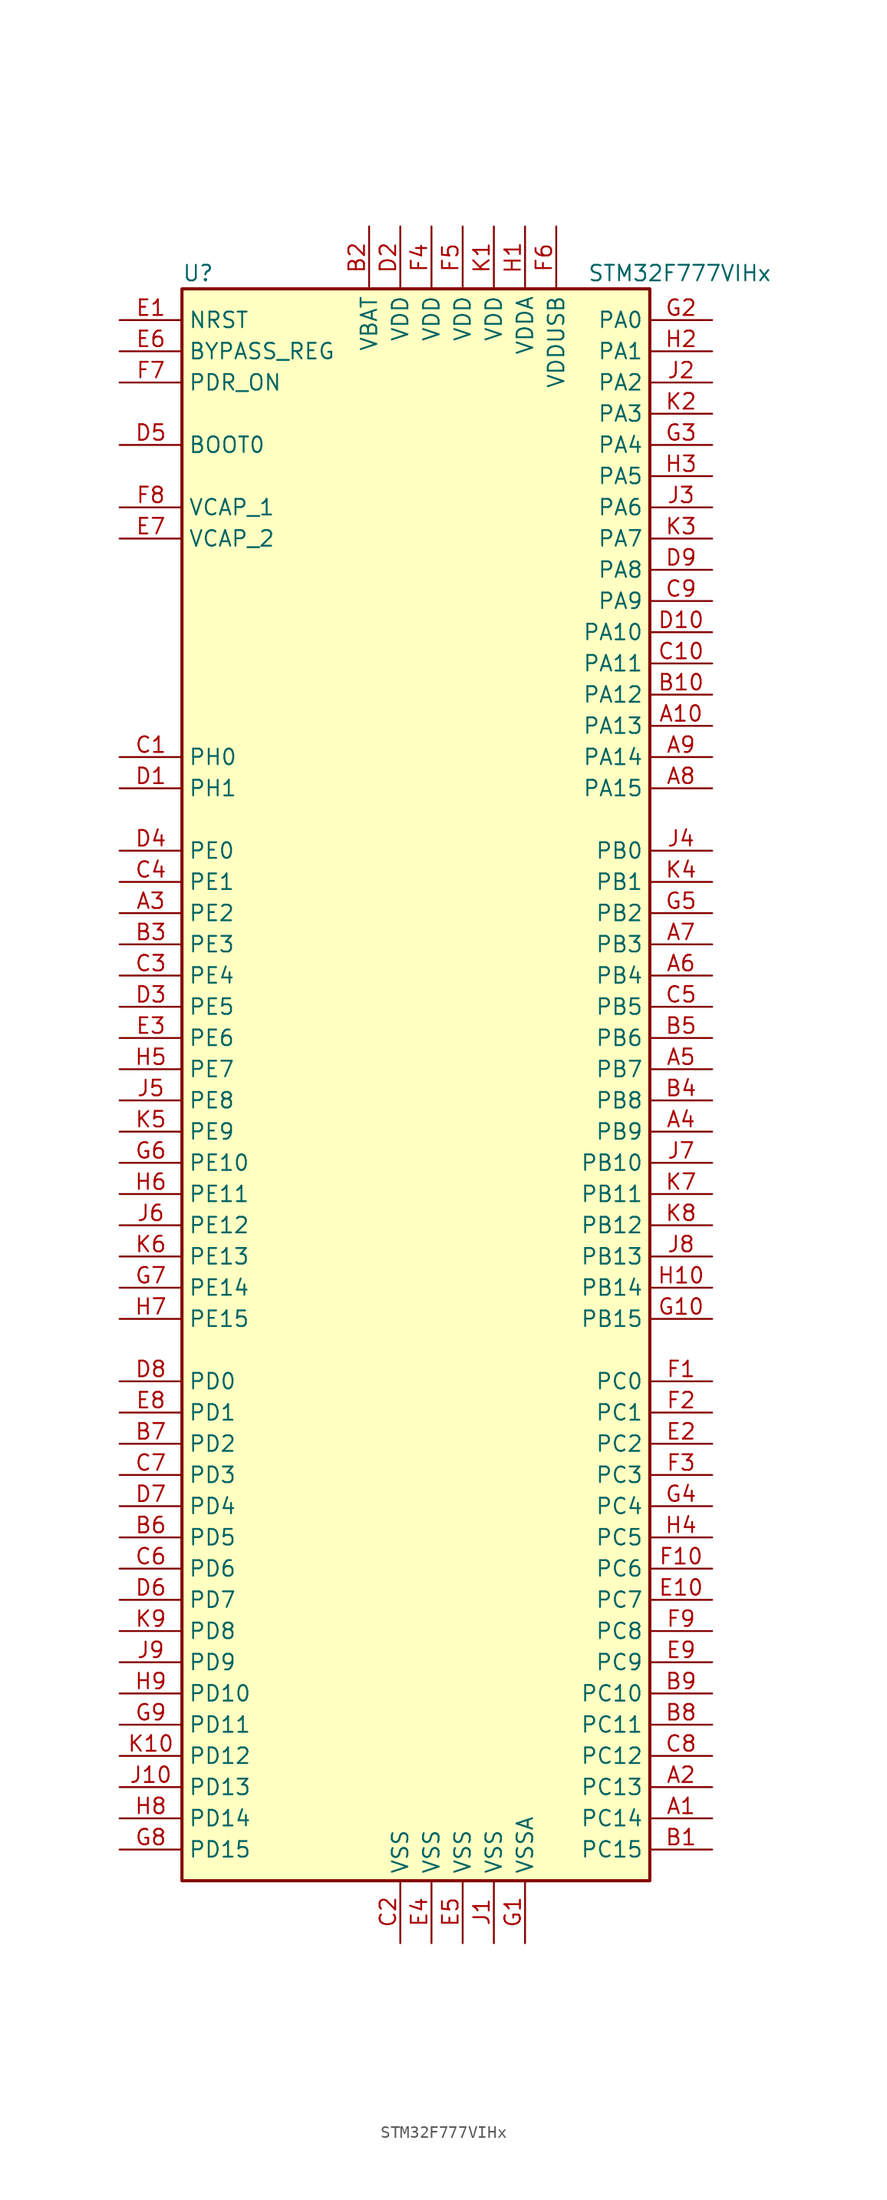
<source format=kicad_sym>
(kicad_symbol_lib
  (version 20201005)
  (generator kicad_symbol_editor)
  (symbol "MCU_ST_STM32F7:STM32F777VIHx"
    (property "Reference" "U"
      (at -20.32 64.77 0)
      (effects (font (size 1.27 1.27)) (justify left)))
    (property "Value" "STM32F777VIHx"
      (at 12.7 64.77 0)
      (effects (font (size 1.27 1.27)) (justify left)))
    (symbol "STM32F777VIHx_0_1"
      (rectangle (start -20.32 -66.04) (end 17.78 63.5) (stroke (width 0.254)) (fill (type background))))
    (symbol "STM32F777VIHx_1_1"
      (pin input line (at -25.4 50.8 0) (length 5.08) (name "BOOT0" (effects (font (size 1.27 1.27)))) (number "D5" (effects (font (size 1.27 1.27)))))
      (pin input line (at -25.4 58.42 0) (length 5.08) (name "BYPASS_REG" (effects (font (size 1.27 1.27)))) (number "E6" (effects (font (size 1.27 1.27)))))
      (pin input line (at -25.4 60.96 0) (length 5.08) (name "NRST" (effects (font (size 1.27 1.27)))) (number "E1" (effects (font (size 1.27 1.27)))))
      (pin bidirectional line (at 22.86 60.96 180) (length 5.08) (name "PA0" (effects (font (size 1.27 1.27)))) (number "G2" (effects (font (size 1.27 1.27)))))
      (pin bidirectional line (at 22.86 58.42 180) (length 5.08) (name "PA1" (effects (font (size 1.27 1.27)))) (number "H2" (effects (font (size 1.27 1.27)))))
      (pin bidirectional line (at 22.86 35.56 180) (length 5.08) (name "PA10" (effects (font (size 1.27 1.27)))) (number "D10" (effects (font (size 1.27 1.27)))))
      (pin bidirectional line (at 22.86 33.02 180) (length 5.08) (name "PA11" (effects (font (size 1.27 1.27)))) (number "C10" (effects (font (size 1.27 1.27)))))
      (pin bidirectional line (at 22.86 30.48 180) (length 5.08) (name "PA12" (effects (font (size 1.27 1.27)))) (number "B10" (effects (font (size 1.27 1.27)))))
      (pin bidirectional line (at 22.86 27.94 180) (length 5.08) (name "PA13" (effects (font (size 1.27 1.27)))) (number "A10" (effects (font (size 1.27 1.27)))))
      (pin bidirectional line (at 22.86 25.4 180) (length 5.08) (name "PA14" (effects (font (size 1.27 1.27)))) (number "A9" (effects (font (size 1.27 1.27)))))
      (pin bidirectional line (at 22.86 22.86 180) (length 5.08) (name "PA15" (effects (font (size 1.27 1.27)))) (number "A8" (effects (font (size 1.27 1.27)))))
      (pin bidirectional line (at 22.86 55.88 180) (length 5.08) (name "PA2" (effects (font (size 1.27 1.27)))) (number "J2" (effects (font (size 1.27 1.27)))))
      (pin bidirectional line (at 22.86 53.34 180) (length 5.08) (name "PA3" (effects (font (size 1.27 1.27)))) (number "K2" (effects (font (size 1.27 1.27)))))
      (pin bidirectional line (at 22.86 50.8 180) (length 5.08) (name "PA4" (effects (font (size 1.27 1.27)))) (number "G3" (effects (font (size 1.27 1.27)))))
      (pin bidirectional line (at 22.86 48.26 180) (length 5.08) (name "PA5" (effects (font (size 1.27 1.27)))) (number "H3" (effects (font (size 1.27 1.27)))))
      (pin bidirectional line (at 22.86 45.72 180) (length 5.08) (name "PA6" (effects (font (size 1.27 1.27)))) (number "J3" (effects (font (size 1.27 1.27)))))
      (pin bidirectional line (at 22.86 43.18 180) (length 5.08) (name "PA7" (effects (font (size 1.27 1.27)))) (number "K3" (effects (font (size 1.27 1.27)))))
      (pin bidirectional line (at 22.86 40.64 180) (length 5.08) (name "PA8" (effects (font (size 1.27 1.27)))) (number "D9" (effects (font (size 1.27 1.27)))))
      (pin bidirectional line (at 22.86 38.1 180) (length 5.08) (name "PA9" (effects (font (size 1.27 1.27)))) (number "C9" (effects (font (size 1.27 1.27)))))
      (pin bidirectional line (at 22.86 17.78 180) (length 5.08) (name "PB0" (effects (font (size 1.27 1.27)))) (number "J4" (effects (font (size 1.27 1.27)))))
      (pin bidirectional line (at 22.86 15.24 180) (length 5.08) (name "PB1" (effects (font (size 1.27 1.27)))) (number "K4" (effects (font (size 1.27 1.27)))))
      (pin bidirectional line (at 22.86 -7.62 180) (length 5.08) (name "PB10" (effects (font (size 1.27 1.27)))) (number "J7" (effects (font (size 1.27 1.27)))))
      (pin bidirectional line (at 22.86 -10.16 180) (length 5.08) (name "PB11" (effects (font (size 1.27 1.27)))) (number "K7" (effects (font (size 1.27 1.27)))))
      (pin bidirectional line (at 22.86 -12.7 180) (length 5.08) (name "PB12" (effects (font (size 1.27 1.27)))) (number "K8" (effects (font (size 1.27 1.27)))))
      (pin bidirectional line (at 22.86 -15.24 180) (length 5.08) (name "PB13" (effects (font (size 1.27 1.27)))) (number "J8" (effects (font (size 1.27 1.27)))))
      (pin bidirectional line (at 22.86 -17.78 180) (length 5.08) (name "PB14" (effects (font (size 1.27 1.27)))) (number "H10" (effects (font (size 1.27 1.27)))))
      (pin bidirectional line (at 22.86 -20.32 180) (length 5.08) (name "PB15" (effects (font (size 1.27 1.27)))) (number "G10" (effects (font (size 1.27 1.27)))))
      (pin bidirectional line (at 22.86 12.7 180) (length 5.08) (name "PB2" (effects (font (size 1.27 1.27)))) (number "G5" (effects (font (size 1.27 1.27)))))
      (pin bidirectional line (at 22.86 10.16 180) (length 5.08) (name "PB3" (effects (font (size 1.27 1.27)))) (number "A7" (effects (font (size 1.27 1.27)))))
      (pin bidirectional line (at 22.86 7.62 180) (length 5.08) (name "PB4" (effects (font (size 1.27 1.27)))) (number "A6" (effects (font (size 1.27 1.27)))))
      (pin bidirectional line (at 22.86 5.08 180) (length 5.08) (name "PB5" (effects (font (size 1.27 1.27)))) (number "C5" (effects (font (size 1.27 1.27)))))
      (pin bidirectional line (at 22.86 2.54 180) (length 5.08) (name "PB6" (effects (font (size 1.27 1.27)))) (number "B5" (effects (font (size 1.27 1.27)))))
      (pin bidirectional line (at 22.86 0 180) (length 5.08) (name "PB7" (effects (font (size 1.27 1.27)))) (number "A5" (effects (font (size 1.27 1.27)))))
      (pin bidirectional line (at 22.86 -2.54 180) (length 5.08) (name "PB8" (effects (font (size 1.27 1.27)))) (number "B4" (effects (font (size 1.27 1.27)))))
      (pin bidirectional line (at 22.86 -5.08 180) (length 5.08) (name "PB9" (effects (font (size 1.27 1.27)))) (number "A4" (effects (font (size 1.27 1.27)))))
      (pin bidirectional line (at 22.86 -25.4 180) (length 5.08) (name "PC0" (effects (font (size 1.27 1.27)))) (number "F1" (effects (font (size 1.27 1.27)))))
      (pin bidirectional line (at 22.86 -27.94 180) (length 5.08) (name "PC1" (effects (font (size 1.27 1.27)))) (number "F2" (effects (font (size 1.27 1.27)))))
      (pin bidirectional line (at 22.86 -50.8 180) (length 5.08) (name "PC10" (effects (font (size 1.27 1.27)))) (number "B9" (effects (font (size 1.27 1.27)))))
      (pin bidirectional line (at 22.86 -53.34 180) (length 5.08) (name "PC11" (effects (font (size 1.27 1.27)))) (number "B8" (effects (font (size 1.27 1.27)))))
      (pin bidirectional line (at 22.86 -55.88 180) (length 5.08) (name "PC12" (effects (font (size 1.27 1.27)))) (number "C8" (effects (font (size 1.27 1.27)))))
      (pin bidirectional line (at 22.86 -58.42 180) (length 5.08) (name "PC13" (effects (font (size 1.27 1.27)))) (number "A2" (effects (font (size 1.27 1.27)))))
      (pin bidirectional line (at 22.86 -60.96 180) (length 5.08) (name "PC14" (effects (font (size 1.27 1.27)))) (number "A1" (effects (font (size 1.27 1.27)))))
      (pin bidirectional line (at 22.86 -63.5 180) (length 5.08) (name "PC15" (effects (font (size 1.27 1.27)))) (number "B1" (effects (font (size 1.27 1.27)))))
      (pin bidirectional line (at 22.86 -30.48 180) (length 5.08) (name "PC2" (effects (font (size 1.27 1.27)))) (number "E2" (effects (font (size 1.27 1.27)))))
      (pin bidirectional line (at 22.86 -33.02 180) (length 5.08) (name "PC3" (effects (font (size 1.27 1.27)))) (number "F3" (effects (font (size 1.27 1.27)))))
      (pin bidirectional line (at 22.86 -35.56 180) (length 5.08) (name "PC4" (effects (font (size 1.27 1.27)))) (number "G4" (effects (font (size 1.27 1.27)))))
      (pin bidirectional line (at 22.86 -38.1 180) (length 5.08) (name "PC5" (effects (font (size 1.27 1.27)))) (number "H4" (effects (font (size 1.27 1.27)))))
      (pin bidirectional line (at 22.86 -40.64 180) (length 5.08) (name "PC6" (effects (font (size 1.27 1.27)))) (number "F10" (effects (font (size 1.27 1.27)))))
      (pin bidirectional line (at 22.86 -43.18 180) (length 5.08) (name "PC7" (effects (font (size 1.27 1.27)))) (number "E10" (effects (font (size 1.27 1.27)))))
      (pin bidirectional line (at 22.86 -45.72 180) (length 5.08) (name "PC8" (effects (font (size 1.27 1.27)))) (number "F9" (effects (font (size 1.27 1.27)))))
      (pin bidirectional line (at 22.86 -48.26 180) (length 5.08) (name "PC9" (effects (font (size 1.27 1.27)))) (number "E9" (effects (font (size 1.27 1.27)))))
      (pin bidirectional line (at -25.4 -25.4 0) (length 5.08) (name "PD0" (effects (font (size 1.27 1.27)))) (number "D8" (effects (font (size 1.27 1.27)))))
      (pin bidirectional line (at -25.4 -27.94 0) (length 5.08) (name "PD1" (effects (font (size 1.27 1.27)))) (number "E8" (effects (font (size 1.27 1.27)))))
      (pin bidirectional line (at -25.4 -50.8 0) (length 5.08) (name "PD10" (effects (font (size 1.27 1.27)))) (number "H9" (effects (font (size 1.27 1.27)))))
      (pin bidirectional line (at -25.4 -53.34 0) (length 5.08) (name "PD11" (effects (font (size 1.27 1.27)))) (number "G9" (effects (font (size 1.27 1.27)))))
      (pin bidirectional line (at -25.4 -55.88 0) (length 5.08) (name "PD12" (effects (font (size 1.27 1.27)))) (number "K10" (effects (font (size 1.27 1.27)))))
      (pin bidirectional line (at -25.4 -58.42 0) (length 5.08) (name "PD13" (effects (font (size 1.27 1.27)))) (number "J10" (effects (font (size 1.27 1.27)))))
      (pin bidirectional line (at -25.4 -60.96 0) (length 5.08) (name "PD14" (effects (font (size 1.27 1.27)))) (number "H8" (effects (font (size 1.27 1.27)))))
      (pin bidirectional line (at -25.4 -63.5 0) (length 5.08) (name "PD15" (effects (font (size 1.27 1.27)))) (number "G8" (effects (font (size 1.27 1.27)))))
      (pin bidirectional line (at -25.4 -30.48 0) (length 5.08) (name "PD2" (effects (font (size 1.27 1.27)))) (number "B7" (effects (font (size 1.27 1.27)))))
      (pin bidirectional line (at -25.4 -33.02 0) (length 5.08) (name "PD3" (effects (font (size 1.27 1.27)))) (number "C7" (effects (font (size 1.27 1.27)))))
      (pin bidirectional line (at -25.4 -35.56 0) (length 5.08) (name "PD4" (effects (font (size 1.27 1.27)))) (number "D7" (effects (font (size 1.27 1.27)))))
      (pin bidirectional line (at -25.4 -38.1 0) (length 5.08) (name "PD5" (effects (font (size 1.27 1.27)))) (number "B6" (effects (font (size 1.27 1.27)))))
      (pin bidirectional line (at -25.4 -40.64 0) (length 5.08) (name "PD6" (effects (font (size 1.27 1.27)))) (number "C6" (effects (font (size 1.27 1.27)))))
      (pin bidirectional line (at -25.4 -43.18 0) (length 5.08) (name "PD7" (effects (font (size 1.27 1.27)))) (number "D6" (effects (font (size 1.27 1.27)))))
      (pin bidirectional line (at -25.4 -45.72 0) (length 5.08) (name "PD8" (effects (font (size 1.27 1.27)))) (number "K9" (effects (font (size 1.27 1.27)))))
      (pin bidirectional line (at -25.4 -48.26 0) (length 5.08) (name "PD9" (effects (font (size 1.27 1.27)))) (number "J9" (effects (font (size 1.27 1.27)))))
      (pin input line (at -25.4 55.88 0) (length 5.08) (name "PDR_ON" (effects (font (size 1.27 1.27)))) (number "F7" (effects (font (size 1.27 1.27)))))
      (pin bidirectional line (at -25.4 17.78 0) (length 5.08) (name "PE0" (effects (font (size 1.27 1.27)))) (number "D4" (effects (font (size 1.27 1.27)))))
      (pin bidirectional line (at -25.4 15.24 0) (length 5.08) (name "PE1" (effects (font (size 1.27 1.27)))) (number "C4" (effects (font (size 1.27 1.27)))))
      (pin bidirectional line (at -25.4 -7.62 0) (length 5.08) (name "PE10" (effects (font (size 1.27 1.27)))) (number "G6" (effects (font (size 1.27 1.27)))))
      (pin bidirectional line (at -25.4 -10.16 0) (length 5.08) (name "PE11" (effects (font (size 1.27 1.27)))) (number "H6" (effects (font (size 1.27 1.27)))))
      (pin bidirectional line (at -25.4 -12.7 0) (length 5.08) (name "PE12" (effects (font (size 1.27 1.27)))) (number "J6" (effects (font (size 1.27 1.27)))))
      (pin bidirectional line (at -25.4 -15.24 0) (length 5.08) (name "PE13" (effects (font (size 1.27 1.27)))) (number "K6" (effects (font (size 1.27 1.27)))))
      (pin bidirectional line (at -25.4 -17.78 0) (length 5.08) (name "PE14" (effects (font (size 1.27 1.27)))) (number "G7" (effects (font (size 1.27 1.27)))))
      (pin bidirectional line (at -25.4 -20.32 0) (length 5.08) (name "PE15" (effects (font (size 1.27 1.27)))) (number "H7" (effects (font (size 1.27 1.27)))))
      (pin bidirectional line (at -25.4 12.7 0) (length 5.08) (name "PE2" (effects (font (size 1.27 1.27)))) (number "A3" (effects (font (size 1.27 1.27)))))
      (pin bidirectional line (at -25.4 10.16 0) (length 5.08) (name "PE3" (effects (font (size 1.27 1.27)))) (number "B3" (effects (font (size 1.27 1.27)))))
      (pin bidirectional line (at -25.4 7.62 0) (length 5.08) (name "PE4" (effects (font (size 1.27 1.27)))) (number "C3" (effects (font (size 1.27 1.27)))))
      (pin bidirectional line (at -25.4 5.08 0) (length 5.08) (name "PE5" (effects (font (size 1.27 1.27)))) (number "D3" (effects (font (size 1.27 1.27)))))
      (pin bidirectional line (at -25.4 2.54 0) (length 5.08) (name "PE6" (effects (font (size 1.27 1.27)))) (number "E3" (effects (font (size 1.27 1.27)))))
      (pin bidirectional line (at -25.4 0 0) (length 5.08) (name "PE7" (effects (font (size 1.27 1.27)))) (number "H5" (effects (font (size 1.27 1.27)))))
      (pin bidirectional line (at -25.4 -2.54 0) (length 5.08) (name "PE8" (effects (font (size 1.27 1.27)))) (number "J5" (effects (font (size 1.27 1.27)))))
      (pin bidirectional line (at -25.4 -5.08 0) (length 5.08) (name "PE9" (effects (font (size 1.27 1.27)))) (number "K5" (effects (font (size 1.27 1.27)))))
      (pin input line (at -25.4 25.4 0) (length 5.08) (name "PH0" (effects (font (size 1.27 1.27)))) (number "C1" (effects (font (size 1.27 1.27)))))
      (pin input line (at -25.4 22.86 0) (length 5.08) (name "PH1" (effects (font (size 1.27 1.27)))) (number "D1" (effects (font (size 1.27 1.27)))))
      (pin power_in line (at -5.08 68.58 270) (length 5.08) (name "VBAT" (effects (font (size 1.27 1.27)))) (number "B2" (effects (font (size 1.27 1.27)))))
      (pin power_in line (at -25.4 45.72 0) (length 5.08) (name "VCAP_1" (effects (font (size 1.27 1.27)))) (number "F8" (effects (font (size 1.27 1.27)))))
      (pin power_in line (at -25.4 43.18 0) (length 5.08) (name "VCAP_2" (effects (font (size 1.27 1.27)))) (number "E7" (effects (font (size 1.27 1.27)))))
      (pin power_in line (at -2.54 68.58 270) (length 5.08) (name "VDD" (effects (font (size 1.27 1.27)))) (number "D2" (effects (font (size 1.27 1.27)))))
      (pin power_in line (at 0 68.58 270) (length 5.08) (name "VDD" (effects (font (size 1.27 1.27)))) (number "F4" (effects (font (size 1.27 1.27)))))
      (pin power_in line (at 2.54 68.58 270) (length 5.08) (name "VDD" (effects (font (size 1.27 1.27)))) (number "F5" (effects (font (size 1.27 1.27)))))
      (pin power_in line (at 5.08 68.58 270) (length 5.08) (name "VDD" (effects (font (size 1.27 1.27)))) (number "K1" (effects (font (size 1.27 1.27)))))
      (pin power_in line (at 7.62 68.58 270) (length 5.08) (name "VDDA" (effects (font (size 1.27 1.27)))) (number "H1" (effects (font (size 1.27 1.27)))))
      (pin power_in line (at 10.16 68.58 270) (length 5.08) (name "VDDUSB" (effects (font (size 1.27 1.27)))) (number "F6" (effects (font (size 1.27 1.27)))))
      (pin power_in line (at -2.54 -71.12 90) (length 5.08) (name "VSS" (effects (font (size 1.27 1.27)))) (number "C2" (effects (font (size 1.27 1.27)))))
      (pin power_in line (at 0 -71.12 90) (length 5.08) (name "VSS" (effects (font (size 1.27 1.27)))) (number "E4" (effects (font (size 1.27 1.27)))))
      (pin power_in line (at 2.54 -71.12 90) (length 5.08) (name "VSS" (effects (font (size 1.27 1.27)))) (number "E5" (effects (font (size 1.27 1.27)))))
      (pin power_in line (at 5.08 -71.12 90) (length 5.08) (name "VSS" (effects (font (size 1.27 1.27)))) (number "J1" (effects (font (size 1.27 1.27)))))
      (pin power_in line (at 7.62 -71.12 90) (length 5.08) (name "VSSA" (effects (font (size 1.27 1.27)))) (number "G1" (effects (font (size 1.27 1.27))))))))
</source>
